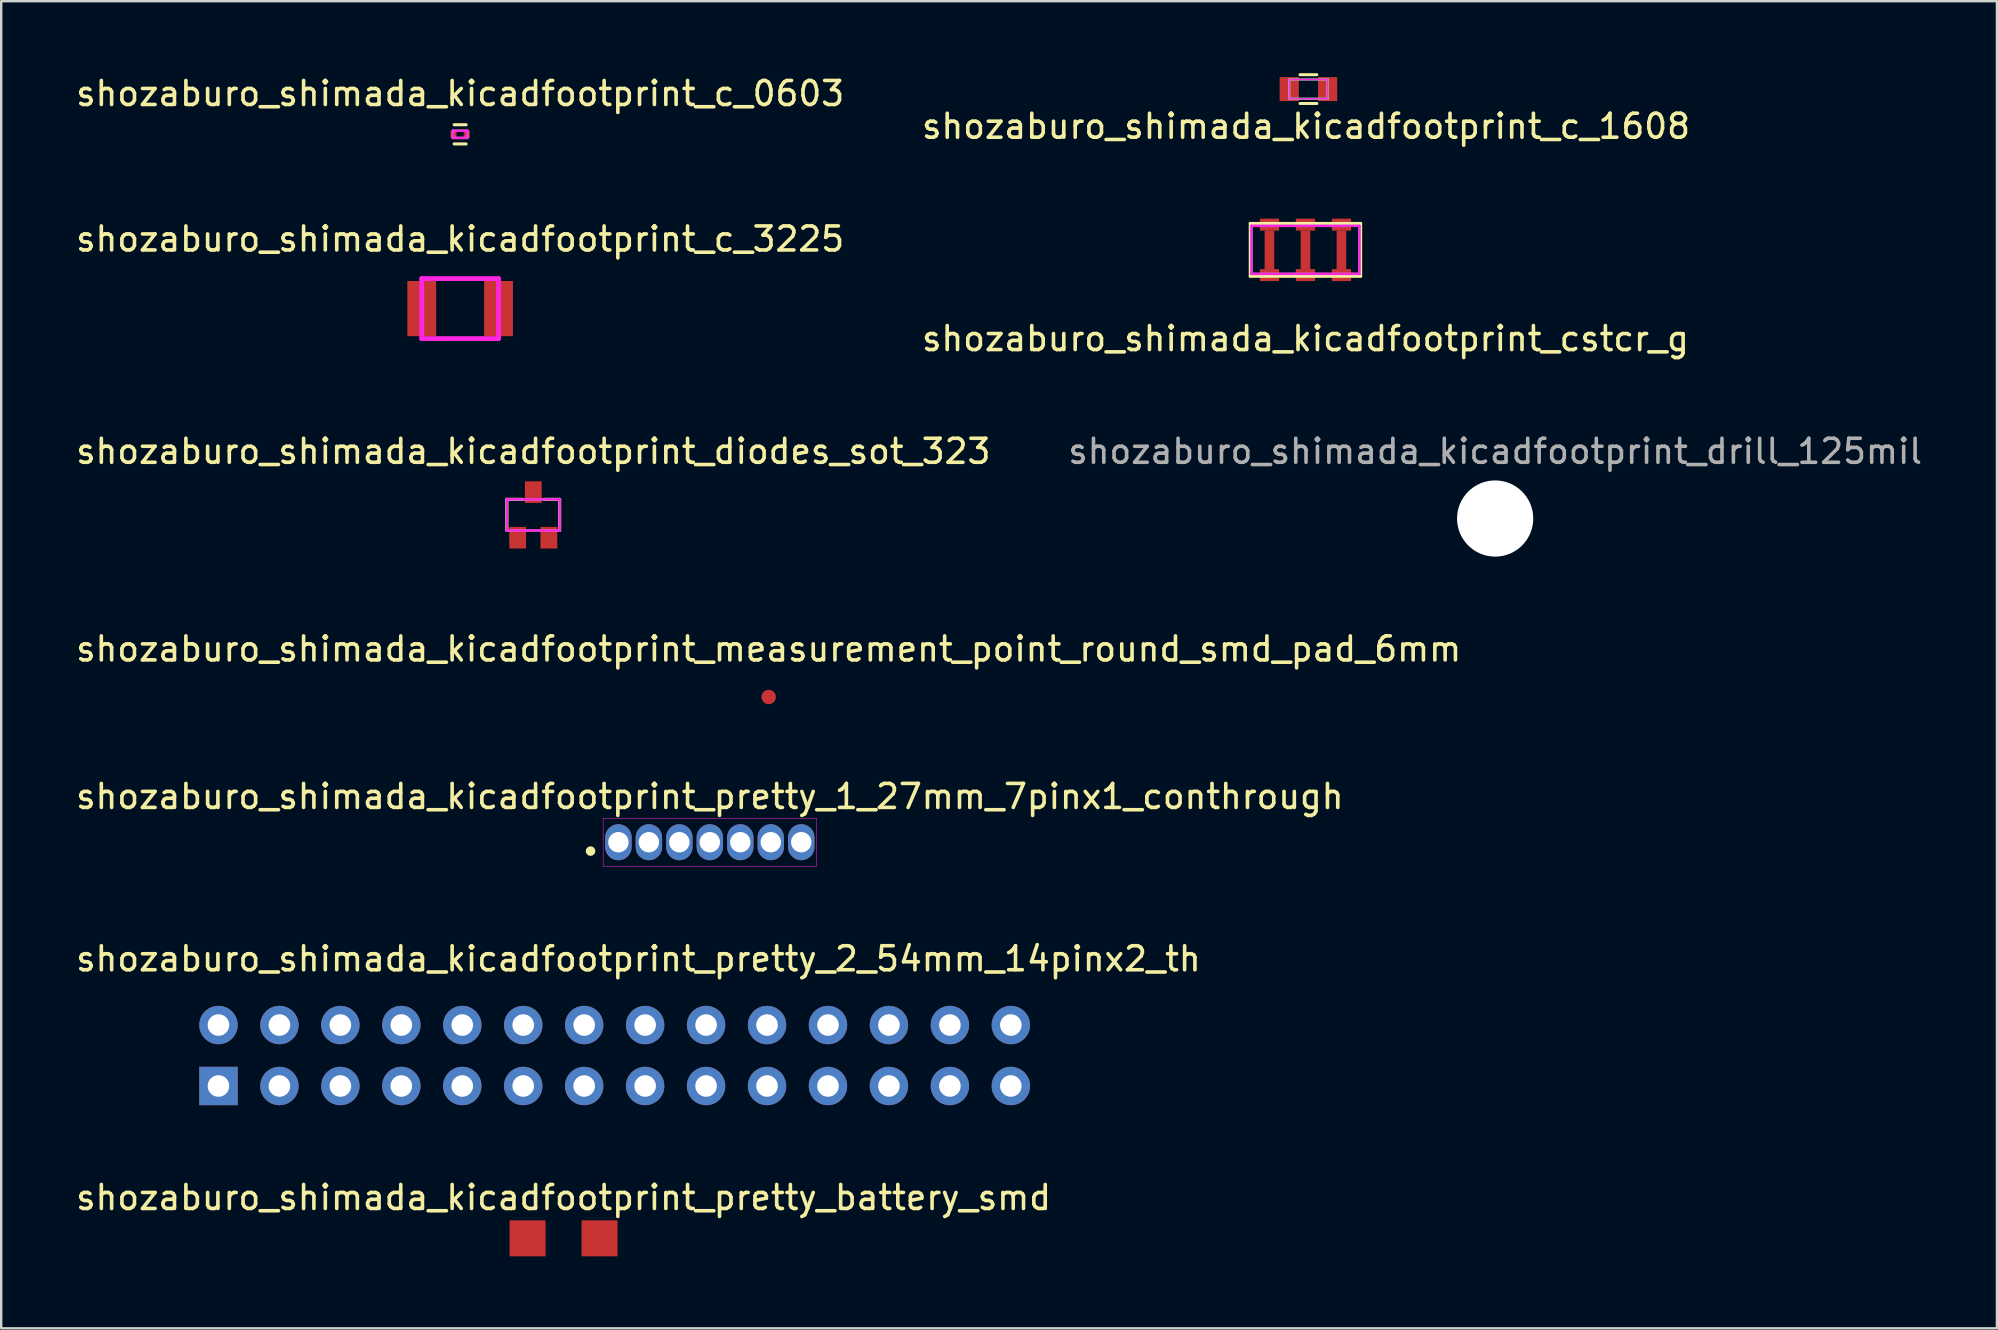
<source format=kicad_pcb>
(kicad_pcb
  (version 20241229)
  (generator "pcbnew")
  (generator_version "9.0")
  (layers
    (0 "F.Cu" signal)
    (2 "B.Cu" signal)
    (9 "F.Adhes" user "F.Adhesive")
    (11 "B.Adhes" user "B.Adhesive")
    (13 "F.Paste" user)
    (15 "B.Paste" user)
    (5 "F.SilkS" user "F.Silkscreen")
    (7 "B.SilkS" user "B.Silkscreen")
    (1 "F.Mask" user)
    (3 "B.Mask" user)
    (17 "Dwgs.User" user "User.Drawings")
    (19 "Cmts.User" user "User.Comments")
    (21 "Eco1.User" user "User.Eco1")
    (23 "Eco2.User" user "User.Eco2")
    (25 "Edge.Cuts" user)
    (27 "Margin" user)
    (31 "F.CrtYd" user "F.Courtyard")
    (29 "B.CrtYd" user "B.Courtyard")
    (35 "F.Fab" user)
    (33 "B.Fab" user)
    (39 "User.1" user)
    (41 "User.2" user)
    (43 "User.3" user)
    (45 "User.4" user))
  (footprint "shozaburo_shimada_kicadfootprint_c_3225"
    (layer "F.Cu")
    (at 16.125 9.81)
    (property "Reference" "shozaburo_shimada_kicadfootprint_c_3225" (at 0 -2.9 0) (layer "F.SilkS") (effects (font (size 1 1) (thickness 0.15))))
    (attr smd)
    (fp_line (start -1.6 -1.25) (end -1.6 1.25) (stroke (width 0.2) (type solid)) (layer "F.CrtYd"))
    (fp_line (start -1.6 1.25) (end 1.6 1.25) (stroke (width 0.2) (type solid)) (layer "F.CrtYd"))
    (fp_line (start 1.6 -1.25) (end -1.6 -1.25) (stroke (width 0.2) (type solid)) (layer "F.CrtYd"))
    (fp_line (start 1.6 1.25) (end 1.6 -1.25) (stroke (width 0.2) (type solid)) (layer "F.CrtYd"))
    (fp_line (start -1.6 -1.25) (end -1.6 1.25) (stroke (width 0.1) (type solid)) (layer "F.Fab"))
    (fp_line (start -1.6 1.25) (end 1.6 1.25) (stroke (width 0.1) (type solid)) (layer "F.Fab"))
    (fp_line (start 1.6 -1.25) (end -1.6 -1.25) (stroke (width 0.1) (type solid)) (layer "F.Fab"))
    (fp_line (start 1.6 1.25) (end 1.6 -1.25) (stroke (width 0.1) (type solid)) (layer "F.Fab"))
    (pad "1" smd rect (at 1.6 0) (size 1.2 2.3) (layers "F.Cu" "F.Mask" "F.Paste"))
    (pad "2" smd rect (at -1.6 0) (size 1.2 2.3) (layers "F.Cu" "F.Mask" "F.Paste")))
  (footprint "shozaburo_shimada_kicadfootprint_pretty_2_54mm_14pinx2_th"
    (layer "F.Cu")
    (at 6.054 42.206)
    (property "Reference" "shozaburo_shimada_kicadfootprint_pretty_2_54mm_14pinx2_th" (at 17.5 -5.3 0) (layer "F.SilkS") (effects (font (size 1 1) (thickness 0.15))))
    (attr through_hole)
    (pad "1" thru_hole rect (at 0 0) (size 1.6 1.6) (drill 0.9) (layers "*.Cu" "*.Mask"))
    (pad "2" thru_hole circle (at 0 -2.54) (size 1.6 1.6) (drill 0.9) (layers "*.Cu" "*.Mask"))
    (pad "3" thru_hole circle (at 2.54 0) (size 1.6 1.6) (drill 0.9) (layers "*.Cu" "*.Mask"))
    (pad "4" thru_hole circle (at 2.54 -2.54) (size 1.6 1.6) (drill 0.9) (layers "*.Cu" "*.Mask"))
    (pad "5" thru_hole circle (at 5.08 0) (size 1.6 1.6) (drill 0.9) (layers "*.Cu" "*.Mask"))
    (pad "6" thru_hole circle (at 5.08 -2.54) (size 1.6 1.6) (drill 0.9) (layers "*.Cu" "*.Mask"))
    (pad "7" thru_hole circle (at 7.62 0) (size 1.6 1.6) (drill 0.9) (layers "*.Cu" "*.Mask"))
    (pad "8" thru_hole circle (at 7.62 -2.54) (size 1.6 1.6) (drill 0.9) (layers "*.Cu" "*.Mask"))
    (pad "9" thru_hole circle (at 10.16 0) (size 1.6 1.6) (drill 0.9) (layers "*.Cu" "*.Mask"))
    (pad "10" thru_hole circle (at 10.16 -2.54) (size 1.6 1.6) (drill 0.9) (layers "*.Cu" "*.Mask"))
    (pad "11" thru_hole circle (at 12.7 0) (size 1.6 1.6) (drill 0.9) (layers "*.Cu" "*.Mask"))
    (pad "12" thru_hole circle (at 12.7 -2.54) (size 1.6 1.6) (drill 0.9) (layers "*.Cu" "*.Mask"))
    (pad "13" thru_hole circle (at 15.24 0) (size 1.6 1.6) (drill 0.9) (layers "*.Cu" "*.Mask"))
    (pad "14" thru_hole circle (at 15.24 -2.54) (size 1.6 1.6) (drill 0.9) (layers "*.Cu" "*.Mask"))
    (pad "15" thru_hole circle (at 17.78 0) (size 1.6 1.6) (drill 0.9) (layers "*.Cu" "*.Mask"))
    (pad "16" thru_hole circle (at 17.78 -2.54) (size 1.6 1.6) (drill 0.9) (layers "*.Cu" "*.Mask"))
    (pad "17" thru_hole circle (at 20.32 0) (size 1.6 1.6) (drill 0.9) (layers "*.Cu" "*.Mask"))
    (pad "18" thru_hole circle (at 20.32 -2.54) (size 1.6 1.6) (drill 0.9) (layers "*.Cu" "*.Mask"))
    (pad "19" thru_hole circle (at 22.86 0) (size 1.6 1.6) (drill 0.9) (layers "*.Cu" "*.Mask"))
    (pad "20" thru_hole circle (at 22.86 -2.54) (size 1.6 1.6) (drill 0.9) (layers "*.Cu" "*.Mask"))
    (pad "21" thru_hole circle (at 25.4 0) (size 1.6 1.6) (drill 0.9) (layers "*.Cu" "*.Mask"))
    (pad "22" thru_hole circle (at 25.4 -2.54) (size 1.6 1.6) (drill 0.9) (layers "*.Cu" "*.Mask"))
    (pad "23" thru_hole circle (at 27.94 0) (size 1.6 1.6) (drill 0.9) (layers "*.Cu" "*.Mask"))
    (pad "24" thru_hole circle (at 27.94 -2.54) (size 1.6 1.6) (drill 0.9) (layers "*.Cu" "*.Mask"))
    (pad "25" thru_hole circle (at 30.48 0) (size 1.6 1.6) (drill 0.9) (layers "*.Cu" "*.Mask"))
    (pad "26" thru_hole circle (at 30.48 -2.54) (size 1.6 1.6) (drill 0.9) (layers "*.Cu" "*.Mask"))
    (pad "27" thru_hole circle (at 33.02 0) (size 1.6 1.6) (drill 0.9) (layers "*.Cu" "*.Mask"))
    (pad "28" thru_hole circle (at 33.02 -2.54) (size 1.6 1.6) (drill 0.9) (layers "*.Cu" "*.Mask")))
  (footprint "shozaburo_shimada_kicadfootprint_c_0603"
    (layer "F.Cu")
    (at 16.125 2.548)
    (property "Reference" "shozaburo_shimada_kicadfootprint_c_0603" (at 0 -1.7 0) (layer "F.SilkS") (effects (font (size 1 1) (thickness 0.15))))
    (attr smd)
    (fp_line (start -0.25 -0.4) (end 0.25 -0.4) (stroke (width 0.127) (type solid)) (layer "F.SilkS"))
    (fp_line (start 0.25 0.4) (end -0.25 0.4) (stroke (width 0.127) (type solid)) (layer "F.SilkS"))
    (fp_line (start -0.3 -0.15) (end 0.3 -0.15) (stroke (width 0.1) (type solid)) (layer "F.CrtYd"))
    (fp_line (start -0.3 0.15) (end -0.3 -0.15) (stroke (width 0.1) (type solid)) (layer "F.CrtYd"))
    (fp_line (start 0.3 -0.15) (end 0.3 0.15) (stroke (width 0.1) (type solid)) (layer "F.CrtYd"))
    (fp_line (start 0.3 0.15) (end -0.3 0.15) (stroke (width 0.1) (type solid)) (layer "F.CrtYd"))
    (fp_line (start -0.3 -0.15) (end 0.3 -0.15) (stroke (width 0.1) (type solid)) (layer "F.Fab"))
    (fp_line (start -0.3 0.15) (end -0.3 -0.15) (stroke (width 0.1) (type solid)) (layer "F.Fab"))
    (fp_line (start 0.3 -0.15) (end 0.3 0.15) (stroke (width 0.1) (type solid)) (layer "F.Fab"))
    (fp_line (start 0.3 0.15) (end -0.3 0.15) (stroke (width 0.1) (type solid)) (layer "F.Fab"))
    (pad "1" smd rect (at -0.275 0) (size 0.25 0.3) (layers "F.Cu" "F.Mask" "F.Paste"))
    (pad "2" smd rect (at 0.275 0) (size 0.25 0.3) (layers "F.Cu" "F.Mask" "F.Paste")))
  (footprint "shozaburo_shimada_kicadfootprint_drill_125mil"
    (layer "F.Cu")
    (at 59.256 18.558)
    (property "Reference" "shozaburo_shimada_kicadfootprint_drill_125mil" (at 0 -2.8 0) (layer "F.Fab") (effects (font (size 1 1) (thickness 0.15))))
    (attr through_hole)
    (pad "" np_thru_hole circle (at 0 0) (size 3.175 3.175) (drill 3.175) (layers "*.Cu" "*.Mask")))
  (footprint "shozaburo_shimada_kicadfootprint_diodes_sot_323"
    (layer "F.Cu")
    (at 19.173 18.408)
    (property "Reference" "shozaburo_shimada_kicadfootprint_diodes_sot_323" (at 0 -2.65 0) (layer "F.SilkS") (effects (font (size 1 1) (thickness 0.15))))
    (attr through_hole)
    (fp_line (start -1.1 -0.65) (end -1.1 0.65) (stroke (width 0.127) (type solid)) (layer "F.SilkS"))
    (fp_line (start -0.45 -0.65) (end -1.1 -0.65) (stroke (width 0.127) (type solid)) (layer "F.SilkS"))
    (fp_line (start 0.45 -0.65) (end 1.1 -0.65) (stroke (width 0.127) (type solid)) (layer "F.SilkS"))
    (fp_line (start 1.1 -0.65) (end 1.1 0.65) (stroke (width 0.127) (type solid)) (layer "F.SilkS"))
    (fp_line (start -1.1 -0.65) (end -1.1 0.65) (stroke (width 0.1) (type solid)) (layer "F.CrtYd"))
    (fp_line (start -1.1 -0.65) (end 1.1 -0.65) (stroke (width 0.1) (type solid)) (layer "F.CrtYd"))
    (fp_line (start -1.1 0.65) (end 1.1 0.65) (stroke (width 0.1) (type solid)) (layer "F.CrtYd"))
    (fp_line (start 1.1 0.65) (end 1.1 -0.65) (stroke (width 0.1) (type solid)) (layer "F.CrtYd"))
    (fp_line (start -1.1 -0.65) (end -1.1 0.65) (stroke (width 0.1) (type solid)) (layer "F.Fab"))
    (fp_line (start -1.1 -0.65) (end 1.1 -0.65) (stroke (width 0.1) (type solid)) (layer "F.Fab"))
    (fp_line (start -1.1 0.65) (end 1.1 0.65) (stroke (width 0.1) (type solid)) (layer "F.Fab"))
    (fp_line (start 1.1 0.65) (end 1.1 -0.65) (stroke (width 0.1) (type solid)) (layer "F.Fab"))
    (pad "1" smd rect (at -0.65 0.95) (size 0.7 0.9) (layers "F.Cu" "F.Mask" "F.Paste"))
    (pad "2" smd rect (at 0.65 0.95) (size 0.7 0.9) (layers "F.Cu" "F.Mask" "F.Paste"))
    (pad "3" smd rect (at 0 -0.95) (size 0.7 0.9) (layers "F.Cu" "F.Mask" "F.Paste")))
  (footprint "shozaburo_shimada_kicadfootprint_cstcr_g"
    (layer "F.Cu")
    (at 51.351 7.362)
    (property "Reference" "shozaburo_shimada_kicadfootprint_cstcr_g" (at 0 3.7 0) (layer "F.SilkS") (effects (font (size 1 1) (thickness 0.15))))
    (attr through_hole)
    (fp_line (start -2.3 -1.1) (end 2.3 -1.1) (stroke (width 0.127) (type solid)) (layer "F.SilkS"))
    (fp_line (start -2.3 1.1) (end -2.3 -1.1) (stroke (width 0.127) (type solid)) (layer "F.SilkS"))
    (fp_line (start 2.3 -1.1) (end 2.3 1.1) (stroke (width 0.127) (type solid)) (layer "F.SilkS"))
    (fp_line (start 2.3 1.1) (end -2.3 1.1) (stroke (width 0.127) (type solid)) (layer "F.SilkS"))
    (fp_line (start -2.25 -1) (end -2.25 1) (stroke (width 0.1) (type solid)) (layer "F.CrtYd"))
    (fp_line (start -2.25 -1) (end 2.25 -1) (stroke (width 0.1) (type solid)) (layer "F.CrtYd"))
    (fp_line (start -2.25 1) (end 2.25 1) (stroke (width 0.1) (type solid)) (layer "F.CrtYd"))
    (fp_line (start 2.25 1) (end 2.25 -1) (stroke (width 0.1) (type solid)) (layer "F.CrtYd"))
    (fp_line (start -2.25 -1) (end -2.25 1) (stroke (width 0.1) (type solid)) (layer "F.Fab"))
    (fp_line (start -2.25 -1) (end 2.25 -1) (stroke (width 0.1) (type solid)) (layer "F.Fab"))
    (fp_line (start -2.25 1) (end 2.25 1) (stroke (width 0.1) (type solid)) (layer "F.Fab"))
    (fp_line (start 2.25 1) (end 2.25 -1) (stroke (width 0.1) (type solid)) (layer "F.Fab"))
    (pad "1" smd rect (at 1.5 -1.05) (size 0.8 0.5) (layers "F.Cu" "F.Mask" "F.Paste"))
    (pad "1" smd rect (at 1.5 0) (size 0.4 1.6) (layers "F.Cu" "F.Mask" "F.Paste"))
    (pad "1" smd rect (at 1.5 1.05) (size 0.8 0.5) (layers "F.Cu" "F.Mask" "F.Paste"))
    (pad "2" smd rect (at 0 -1.05) (size 0.8 0.5) (layers "F.Cu" "F.Mask" "F.Paste"))
    (pad "2" smd rect (at 0 0) (size 0.4 1.6) (layers "F.Cu" "F.Mask" "F.Paste"))
    (pad "2" smd rect (at 0 1.05) (size 0.8 0.5) (layers "F.Cu" "F.Mask" "F.Paste"))
    (pad "3" smd rect (at -1.5 -1.05) (size 0.8 0.5) (layers "F.Cu" "F.Mask" "F.Paste"))
    (pad "3" smd rect (at -1.5 0) (size 0.4 1.6) (layers "F.Cu" "F.Mask" "F.Paste"))
    (pad "3" smd rect (at -1.5 1.05) (size 0.8 0.5) (layers "F.Cu" "F.Mask" "F.Paste")))
  (footprint "shozaburo_shimada_kicadfootprint_pretty_battery_smd"
    (layer "F.Cu")
    (at 20.435 48.554)
    (property "Reference" "shozaburo_shimada_kicadfootprint_pretty_battery_smd" (at 0 -1.7 0) (layer "F.SilkS") (effects (font (size 1 1) (thickness 0.15))))
    (attr through_hole)
    (pad "1" smd rect (at -1.5 0) (size 1.5 1.5) (layers "F.Cu" "F.Mask" "F.Paste"))
    (pad "2" smd rect (at 1.5 0) (size 1.5 1.5) (layers "F.Cu" "F.Mask" "F.Paste")))
  (footprint "shozaburo_shimada_kicadfootprint_pretty_1_27mm_7pinx1_conthrough"
    (layer "F.Cu")
    (at 26.53 32.047)
    (property "Reference" "shozaburo_shimada_kicadfootprint_pretty_1_27mm_7pinx1_conthrough" (at 0 -1.905 0) (layer "F.SilkS") (effects (font (size 1 1) (thickness 0.15))))
    (attr through_hole)
    (fp_circle (center -4.97 0.37) (end -4.97 0.27) (stroke (width 0.2) (type solid)) (fill no) (layer "F.SilkS"))
    (fp_line (start -4.445 -1) (end 4.445 -1) (stroke (width 0.02) (type solid)) (layer "F.CrtYd"))
    (fp_line (start -4.445 1) (end -4.445 -1) (stroke (width 0.02) (type solid)) (layer "F.CrtYd"))
    (fp_line (start 4.445 -1) (end 4.445 1) (stroke (width 0.02) (type solid)) (layer "F.CrtYd"))
    (fp_line (start 4.445 1) (end -4.445 1) (stroke (width 0.02) (type solid)) (layer "F.CrtYd"))
    (pad "1" thru_hole oval (at -3.81 0) (size 1.1 1.5) (drill 0.85) (layers "*.Cu" "*.Mask"))
    (pad "2" thru_hole oval (at -2.54 0) (size 1.1 1.5) (drill 0.85) (layers "*.Cu" "*.Mask"))
    (pad "3" thru_hole oval (at -1.27 0) (size 1.1 1.5) (drill 0.85) (layers "*.Cu" "*.Mask"))
    (pad "4" thru_hole oval (at 0 0) (size 1.1 1.5) (drill 0.85) (layers "*.Cu" "*.Mask"))
    (pad "5" thru_hole oval (at 1.27 0) (size 1.1 1.5) (drill 0.85) (layers "*.Cu" "*.Mask"))
    (pad "6" thru_hole oval (at 2.54 0) (size 1.1 1.5) (drill 0.85) (layers "*.Cu" "*.Mask"))
    (pad "7" thru_hole oval (at 3.81 0) (size 1.1 1.5) (drill 0.85) (layers "*.Cu" "*.Mask")))
  (footprint "shozaburo_shimada_kicadfootprint_c_1608"
    (layer "F.Cu")
    (at 51.475 0.663)
    (property "Reference" "shozaburo_shimada_kicadfootprint_c_1608" (at -0.1 1.55 0) (layer "F.SilkS") (effects (font (size 1 1) (thickness 0.15))))
    (attr smd)
    (fp_line (start -0.35 -0.6) (end 0.35 -0.6) (stroke (width 0.127) (type solid)) (layer "F.SilkS"))
    (fp_line (start 0.35 0.6) (end -0.35 0.6) (stroke (width 0.127) (type solid)) (layer "F.SilkS"))
    (fp_line (start -0.8 -0.4) (end 0.8 -0.4) (stroke (width 0.05) (type solid)) (layer "F.CrtYd"))
    (fp_line (start -0.8 0.4) (end -0.8 -0.4) (stroke (width 0.05) (type solid)) (layer "F.CrtYd"))
    (fp_line (start 0.8 -0.4) (end 0.8 0.4) (stroke (width 0.05) (type solid)) (layer "F.CrtYd"))
    (fp_line (start 0.8 0.4) (end -0.8 0.4) (stroke (width 0.05) (type solid)) (layer "F.CrtYd"))
    (fp_line (start -0.8 -0.4) (end 0.8 -0.4) (stroke (width 0.1) (type solid)) (layer "F.Fab"))
    (fp_line (start -0.8 0.4) (end -0.8 -0.4) (stroke (width 0.1) (type solid)) (layer "F.Fab"))
    (fp_line (start 0.8 -0.4) (end 0.8 0.4) (stroke (width 0.1) (type solid)) (layer "F.Fab"))
    (fp_line (start 0.8 0.4) (end -0.8 0.4) (stroke (width 0.1) (type solid)) (layer "F.Fab"))
    (pad "1" smd rect (at -0.8 0) (size 0.8 1) (layers "F.Cu" "F.Mask" "F.Paste"))
    (pad "2" smd rect (at 0.8 0) (size 0.8 1) (layers "F.Cu" "F.Mask" "F.Paste")))
  (footprint "shozaburo_shimada_kicadfootprint_measurement_point_round_smd_pad_6mm"
    (layer "F.Cu")
    (at 28.982 25.994)
    (property "Reference" "shozaburo_shimada_kicadfootprint_measurement_point_round_smd_pad_6mm" (at 0 -2 0) (layer "F.SilkS") (effects (font (size 1 1) (thickness 0.15))))
    (attr exclude_from_pos_files exclude_from_bom)
    (pad "1" smd circle (at 0 0) (size 0.6 0.6) (layers "F.Cu" "F.Mask")))
  (gr_rect
    (start -3 -3)
    (end 80.167 52.304)
    (stroke (width 0.1) (type default))
    (fill no)
    (layer "Edge.Cuts")))
</source>
